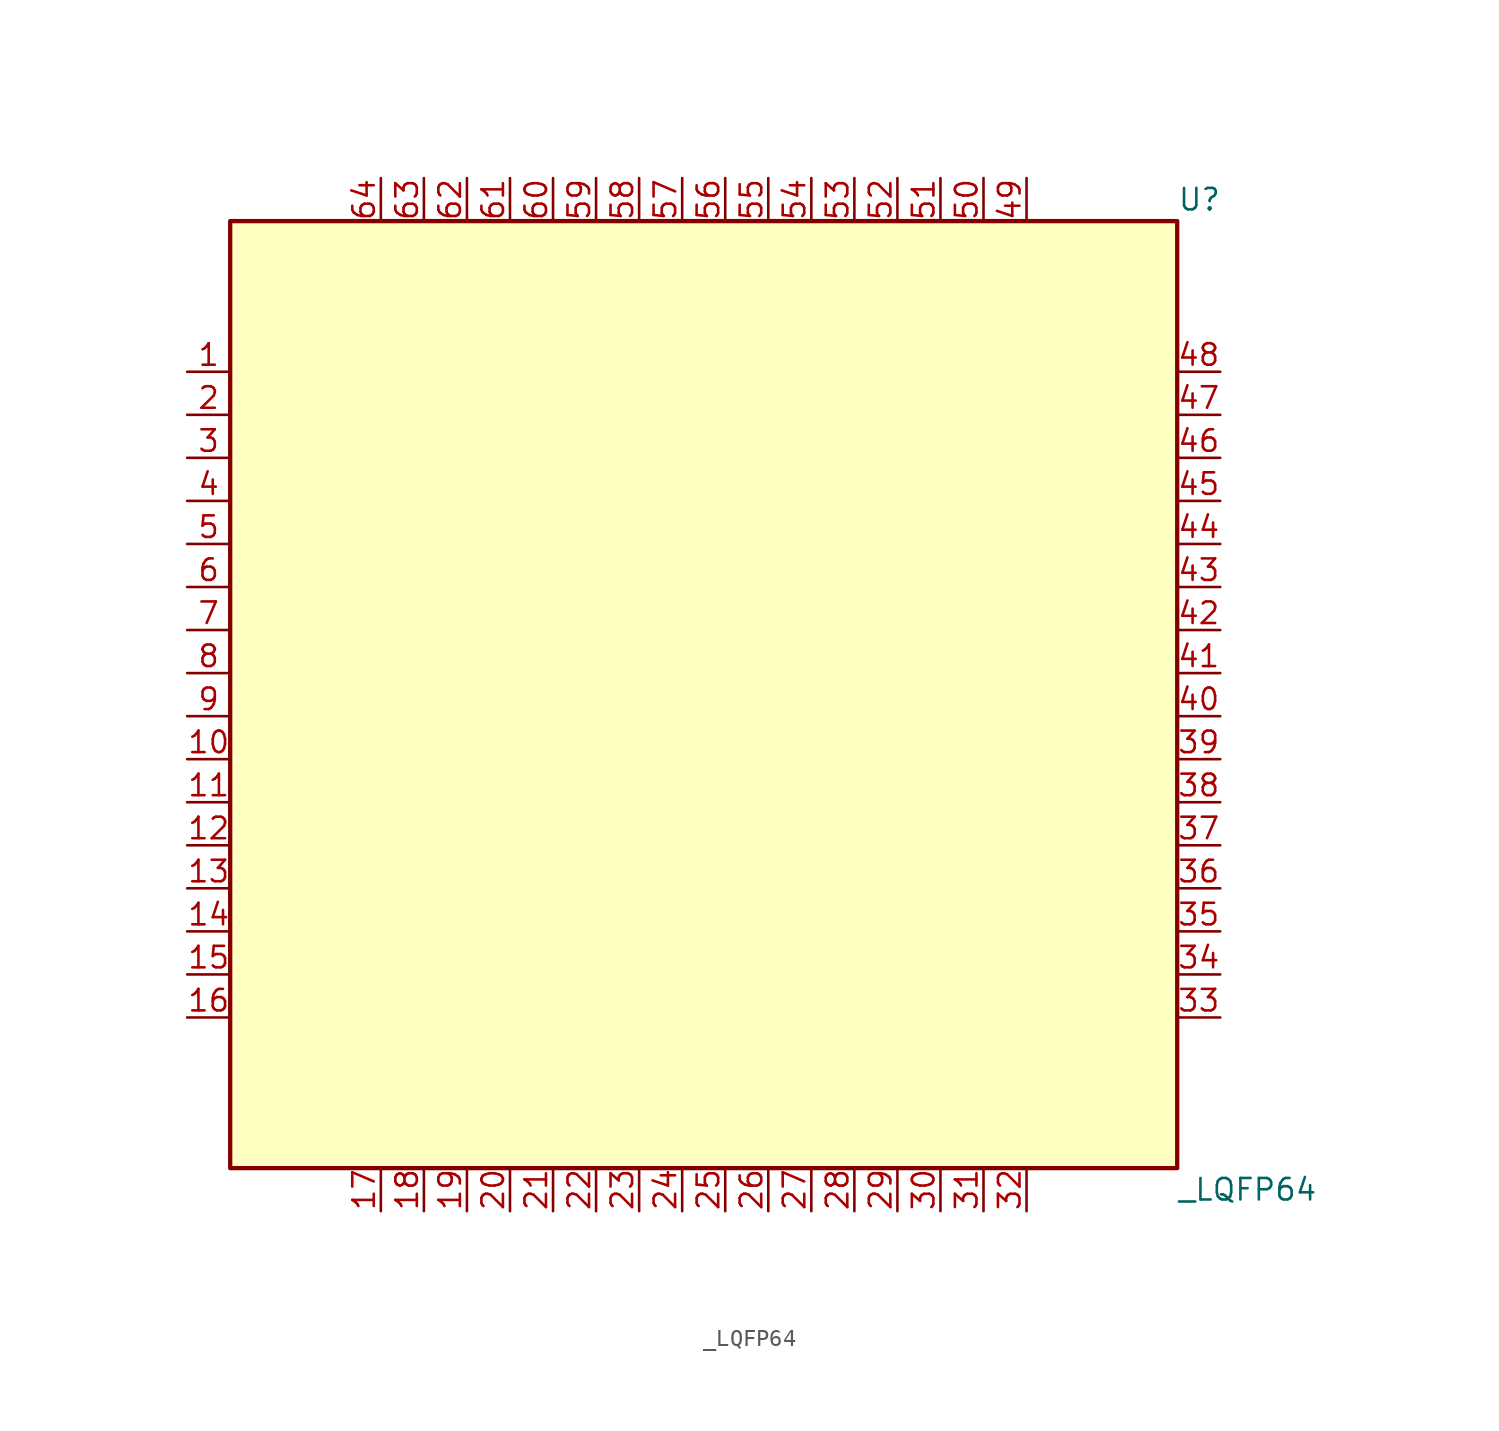
<source format=kicad_sym>
(kicad_symbol_lib
  (version 20241209)
  (generator "kicad_symbol_editor")
  (generator_version "9.0")
  (symbol "_LQFP64"
    (property "Reference" "U"
      (at 27.94 29.21 0)
      (effects (font (size 1.27 1.27)) (justify left)))
    (property "Value" "_LQFP64"
      (at 27.94 -29.21 0)
      (effects (font (size 1.27 1.27)) (justify left)))
    (symbol "_LQFP64_0_0"
      (pin unspecified line (at -30.48 19.05 0) (length 2.54) (name "" (effects (font (size 1.27 1.27)))) (number "1" (effects (font (size 1.27 1.27)))))
      (pin unspecified line (at -30.48 16.51 0) (length 2.54) (name "" (effects (font (size 1.27 1.27)))) (number "2" (effects (font (size 1.27 1.27)))))
      (pin unspecified line (at -30.48 13.97 0) (length 2.54) (name "" (effects (font (size 1.27 1.27)))) (number "3" (effects (font (size 1.27 1.27)))))
      (pin unspecified line (at -30.48 11.43 0) (length 2.54) (name "" (effects (font (size 1.27 1.27)))) (number "4" (effects (font (size 1.27 1.27)))))
      (pin unspecified line (at -30.48 8.89 0) (length 2.54) (name "" (effects (font (size 1.27 1.27)))) (number "5" (effects (font (size 1.27 1.27)))))
      (pin unspecified line (at -30.48 6.35 0) (length 2.54) (name "" (effects (font (size 1.27 1.27)))) (number "6" (effects (font (size 1.27 1.27)))))
      (pin unspecified line (at -30.48 3.81 0) (length 2.54) (name "" (effects (font (size 1.27 1.27)))) (number "7" (effects (font (size 1.27 1.27)))))
      (pin unspecified line (at -30.48 1.27 0) (length 2.54) (name "" (effects (font (size 1.27 1.27)))) (number "8" (effects (font (size 1.27 1.27)))))
      (pin unspecified line (at -30.48 -1.27 0) (length 2.54) (name "" (effects (font (size 1.27 1.27)))) (number "9" (effects (font (size 1.27 1.27)))))
      (pin unspecified line (at -30.48 -3.81 0) (length 2.54) (name "" (effects (font (size 1.27 1.27)))) (number "10" (effects (font (size 1.27 1.27)))))
      (pin unspecified line (at -30.48 -6.35 0) (length 2.54) (name "" (effects (font (size 1.27 1.27)))) (number "11" (effects (font (size 1.27 1.27)))))
      (pin unspecified line (at -30.48 -8.89 0) (length 2.54) (name "" (effects (font (size 1.27 1.27)))) (number "12" (effects (font (size 1.27 1.27)))))
      (pin unspecified line (at -30.48 -11.43 0) (length 2.54) (name "" (effects (font (size 1.27 1.27)))) (number "13" (effects (font (size 1.27 1.27)))))
      (pin unspecified line (at -30.48 -13.97 0) (length 2.54) (name "" (effects (font (size 1.27 1.27)))) (number "14" (effects (font (size 1.27 1.27)))))
      (pin unspecified line (at -30.48 -16.51 0) (length 2.54) (name "" (effects (font (size 1.27 1.27)))) (number "15" (effects (font (size 1.27 1.27)))))
      (pin unspecified line (at -30.48 -19.05 0) (length 2.54) (name "" (effects (font (size 1.27 1.27)))) (number "16" (effects (font (size 1.27 1.27)))))
      (pin unspecified line (at -19.05 30.48 270) (length 2.54) (name "" (effects (font (size 1.27 1.27)))) (number "64" (effects (font (size 1.27 1.27)))))
      (pin unspecified line (at -19.05 -30.48 90) (length 2.54) (name "" (effects (font (size 1.27 1.27)))) (number "17" (effects (font (size 1.27 1.27)))))
      (pin unspecified line (at -16.51 30.48 270) (length 2.54) (name "" (effects (font (size 1.27 1.27)))) (number "63" (effects (font (size 1.27 1.27)))))
      (pin unspecified line (at -16.51 -30.48 90) (length 2.54) (name "" (effects (font (size 1.27 1.27)))) (number "18" (effects (font (size 1.27 1.27)))))
      (pin unspecified line (at -13.97 30.48 270) (length 2.54) (name "" (effects (font (size 1.27 1.27)))) (number "62" (effects (font (size 1.27 1.27)))))
      (pin unspecified line (at -13.97 -30.48 90) (length 2.54) (name "" (effects (font (size 1.27 1.27)))) (number "19" (effects (font (size 1.27 1.27)))))
      (pin unspecified line (at -11.43 30.48 270) (length 2.54) (name "" (effects (font (size 1.27 1.27)))) (number "61" (effects (font (size 1.27 1.27)))))
      (pin unspecified line (at -11.43 -30.48 90) (length 2.54) (name "" (effects (font (size 1.27 1.27)))) (number "20" (effects (font (size 1.27 1.27)))))
      (pin unspecified line (at -8.89 30.48 270) (length 2.54) (name "" (effects (font (size 1.27 1.27)))) (number "60" (effects (font (size 1.27 1.27)))))
      (pin unspecified line (at -8.89 -30.48 90) (length 2.54) (name "" (effects (font (size 1.27 1.27)))) (number "21" (effects (font (size 1.27 1.27)))))
      (pin unspecified line (at -6.35 30.48 270) (length 2.54) (name "" (effects (font (size 1.27 1.27)))) (number "59" (effects (font (size 1.27 1.27)))))
      (pin unspecified line (at -6.35 -30.48 90) (length 2.54) (name "" (effects (font (size 1.27 1.27)))) (number "22" (effects (font (size 1.27 1.27)))))
      (pin unspecified line (at -3.81 30.48 270) (length 2.54) (name "" (effects (font (size 1.27 1.27)))) (number "58" (effects (font (size 1.27 1.27)))))
      (pin unspecified line (at -3.81 -30.48 90) (length 2.54) (name "" (effects (font (size 1.27 1.27)))) (number "23" (effects (font (size 1.27 1.27)))))
      (pin unspecified line (at 3.81 30.48 270) (length 2.54) (name "" (effects (font (size 1.27 1.27)))) (number "55" (effects (font (size 1.27 1.27)))))
      (pin unspecified line (at 3.81 -30.48 90) (length 2.54) (name "" (effects (font (size 1.27 1.27)))) (number "26" (effects (font (size 1.27 1.27)))))
      (pin unspecified line (at 6.35 30.48 270) (length 2.54) (name "" (effects (font (size 1.27 1.27)))) (number "54" (effects (font (size 1.27 1.27)))))
      (pin unspecified line (at 6.35 -30.48 90) (length 2.54) (name "" (effects (font (size 1.27 1.27)))) (number "27" (effects (font (size 1.27 1.27)))))
      (pin unspecified line (at 8.89 30.48 270) (length 2.54) (name "" (effects (font (size 1.27 1.27)))) (number "53" (effects (font (size 1.27 1.27)))))
      (pin unspecified line (at 8.89 -30.48 90) (length 2.54) (name "" (effects (font (size 1.27 1.27)))) (number "28" (effects (font (size 1.27 1.27)))))
      (pin unspecified line (at 11.43 30.48 270) (length 2.54) (name "" (effects (font (size 1.27 1.27)))) (number "52" (effects (font (size 1.27 1.27)))))
      (pin unspecified line (at 11.43 -30.48 90) (length 2.54) (name "" (effects (font (size 1.27 1.27)))) (number "29" (effects (font (size 1.27 1.27)))))
      (pin unspecified line (at 13.97 30.48 270) (length 2.54) (name "" (effects (font (size 1.27 1.27)))) (number "51" (effects (font (size 1.27 1.27)))))
      (pin unspecified line (at 13.97 -30.48 90) (length 2.54) (name "" (effects (font (size 1.27 1.27)))) (number "30" (effects (font (size 1.27 1.27)))))
      (pin unspecified line (at 16.51 30.48 270) (length 2.54) (name "" (effects (font (size 1.27 1.27)))) (number "50" (effects (font (size 1.27 1.27)))))
      (pin unspecified line (at 16.51 -30.48 90) (length 2.54) (name "" (effects (font (size 1.27 1.27)))) (number "31" (effects (font (size 1.27 1.27)))))
      (pin unspecified line (at 19.05 30.48 270) (length 2.54) (name "" (effects (font (size 1.27 1.27)))) (number "49" (effects (font (size 1.27 1.27)))))
      (pin unspecified line (at 19.05 -30.48 90) (length 2.54) (name "" (effects (font (size 1.27 1.27)))) (number "32" (effects (font (size 1.27 1.27)))))
      (pin unspecified line (at 30.48 19.05 180) (length 2.54) (name "" (effects (font (size 1.27 1.27)))) (number "48" (effects (font (size 1.27 1.27)))))
      (pin unspecified line (at 30.48 16.51 180) (length 2.54) (name "" (effects (font (size 1.27 1.27)))) (number "47" (effects (font (size 1.27 1.27)))))
      (pin unspecified line (at 30.48 13.97 180) (length 2.54) (name "" (effects (font (size 1.27 1.27)))) (number "46" (effects (font (size 1.27 1.27)))))
      (pin unspecified line (at 30.48 11.43 180) (length 2.54) (name "" (effects (font (size 1.27 1.27)))) (number "45" (effects (font (size 1.27 1.27)))))
      (pin unspecified line (at 30.48 8.89 180) (length 2.54) (name "" (effects (font (size 1.27 1.27)))) (number "44" (effects (font (size 1.27 1.27)))))
      (pin unspecified line (at 30.48 6.35 180) (length 2.54) (name "" (effects (font (size 1.27 1.27)))) (number "43" (effects (font (size 1.27 1.27)))))
      (pin unspecified line (at 30.48 3.81 180) (length 2.54) (name "" (effects (font (size 1.27 1.27)))) (number "42" (effects (font (size 1.27 1.27)))))
      (pin unspecified line (at 30.48 -3.81 180) (length 2.54) (name "" (effects (font (size 1.27 1.27)))) (number "39" (effects (font (size 1.27 1.27)))))
      (pin unspecified line (at 30.48 -6.35 180) (length 2.54) (name "" (effects (font (size 1.27 1.27)))) (number "38" (effects (font (size 1.27 1.27)))))
      (pin unspecified line (at 30.48 -8.89 180) (length 2.54) (name "" (effects (font (size 1.27 1.27)))) (number "37" (effects (font (size 1.27 1.27)))))
      (pin unspecified line (at 30.48 -11.43 180) (length 2.54) (name "" (effects (font (size 1.27 1.27)))) (number "36" (effects (font (size 1.27 1.27)))))
      (pin unspecified line (at 30.48 -13.97 180) (length 2.54) (name "" (effects (font (size 1.27 1.27)))) (number "35" (effects (font (size 1.27 1.27)))))
      (pin unspecified line (at 30.48 -16.51 180) (length 2.54) (name "" (effects (font (size 1.27 1.27)))) (number "34" (effects (font (size 1.27 1.27)))))
      (pin unspecified line (at 30.48 -19.05 180) (length 2.54) (name "" (effects (font (size 1.27 1.27)))) (number "33" (effects (font (size 1.27 1.27))))))
    (symbol "_LQFP64_1_0"
      (pin unspecified line (at -1.27 30.48 270) (length 2.54) (name "" (effects (font (size 1.27 1.27)))) (number "57" (effects (font (size 1.27 1.27)))))
      (pin unspecified line (at -1.27 -30.48 90) (length 2.54) (name "" (effects (font (size 1.27 1.27)))) (number "24" (effects (font (size 1.27 1.27)))))
      (pin unspecified line (at 1.27 30.48 270) (length 2.54) (name "" (effects (font (size 1.27 1.27)))) (number "56" (effects (font (size 1.27 1.27)))))
      (pin unspecified line (at 1.27 -30.48 90) (length 2.54) (name "" (effects (font (size 1.27 1.27)))) (number "25" (effects (font (size 1.27 1.27)))))
      (pin unspecified line (at 30.48 1.27 180) (length 2.54) (name "" (effects (font (size 1.27 1.27)))) (number "41" (effects (font (size 1.27 1.27)))))
      (pin unspecified line (at 30.48 -1.27 180) (length 2.54) (name "" (effects (font (size 1.27 1.27)))) (number "40" (effects (font (size 1.27 1.27))))))
    (symbol "_LQFP64_1_1"
      (rectangle (start -27.94 27.94) (end 27.94 -27.94) (stroke (width 0.254) (type solid)) (fill (type background))))))
</source>
